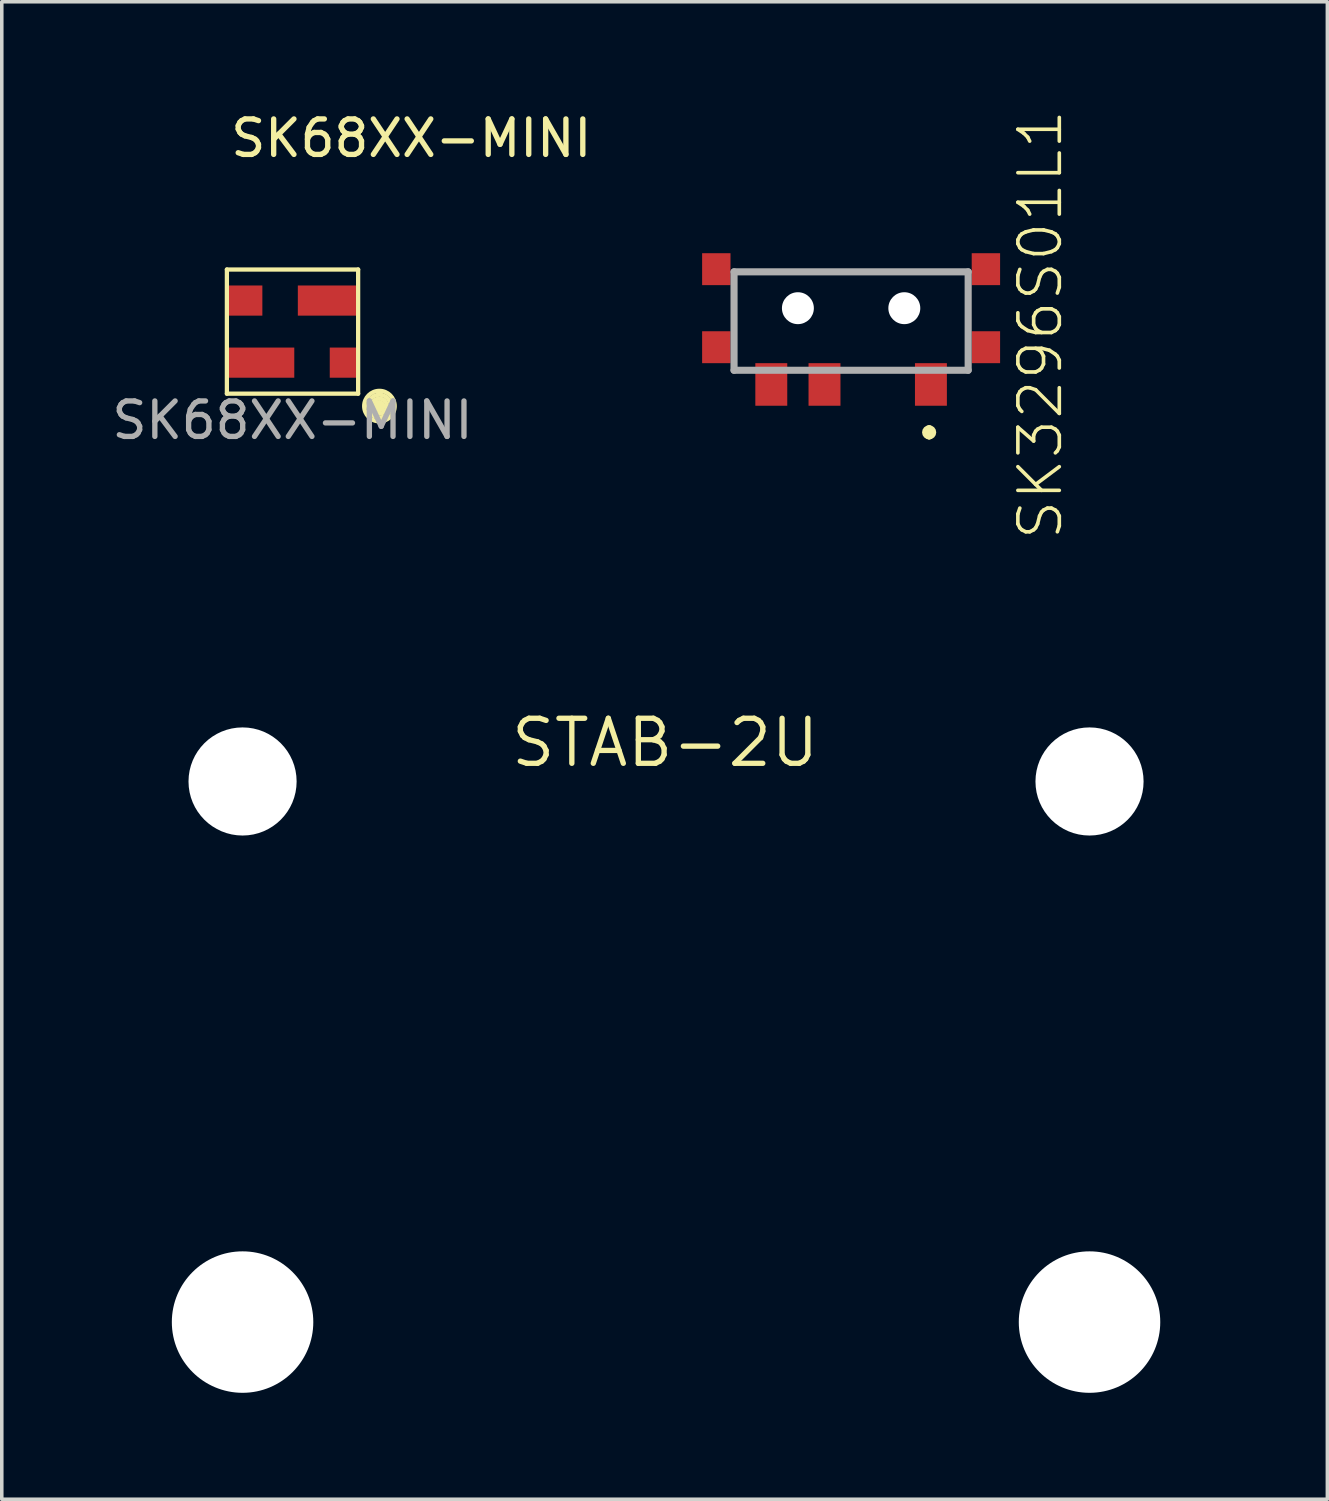
<source format=kicad_pcb>
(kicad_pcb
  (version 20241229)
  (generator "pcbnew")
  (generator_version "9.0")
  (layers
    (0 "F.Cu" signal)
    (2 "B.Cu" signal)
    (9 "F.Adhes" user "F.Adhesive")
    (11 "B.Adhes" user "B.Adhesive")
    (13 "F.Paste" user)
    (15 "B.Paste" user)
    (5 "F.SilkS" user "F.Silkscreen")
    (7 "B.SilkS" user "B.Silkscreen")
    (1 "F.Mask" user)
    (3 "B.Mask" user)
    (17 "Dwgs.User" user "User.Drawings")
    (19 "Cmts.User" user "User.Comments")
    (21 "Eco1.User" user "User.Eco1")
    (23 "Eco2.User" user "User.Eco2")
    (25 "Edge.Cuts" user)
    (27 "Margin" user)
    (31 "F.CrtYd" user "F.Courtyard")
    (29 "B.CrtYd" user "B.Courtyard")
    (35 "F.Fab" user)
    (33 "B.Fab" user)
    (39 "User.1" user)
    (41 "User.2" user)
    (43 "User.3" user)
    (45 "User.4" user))
  (footprint "STAB-2U"
    (layer "F.Cu")
    (at 15.726 25.965)
    (property "Reference" "STAB-2U" (at -0.025 -8.077 0) (layer "F.SilkS") (effects (font (size 1.27 1.27) (thickness 0.15))))
    (attr board_only exclude_from_pos_files exclude_from_bom)
    (pad "" np_thru_hole circle (at -11.938 -6.985) (size 3.048 3.048) (drill 3.048) (layers "*.Cu" "*.Mask"))
    (pad "" np_thru_hole circle (at -11.938 8.255) (size 3.988 3.988) (drill 3.988) (layers "*.Cu" "*.Mask"))
    (pad "" np_thru_hole circle (at 11.938 -6.985) (size 3.048 3.048) (drill 3.048) (layers "*.Cu" "*.Mask"))
    (pad "" np_thru_hole circle (at 11.938 8.255) (size 3.988 3.988) (drill 3.988) (layers "*.Cu" "*.Mask"))
    (zone (net_name "") (layer "F.Cu") (hatch edge 0.508) (connect_pads) (min_thickness 0.254) (filled_areas_thickness no) (keepout (tracks not_allowed) (vias not_allowed) (pads not_allowed) (copperpour not_allowed) (footprints allowed)) (placement (enabled no)) (fill) (polygon (pts (xy 5.842 18.947) (xy 5.81 18.583) (xy 5.716 18.23) (xy 5.561 17.899) (xy 5.352 17.6) (xy 5.093 17.341) (xy 4.794 17.132) (xy 4.463 16.978) (xy 4.11 16.883) (xy 3.747 16.851) (xy 3.383 16.883) (xy 3.03 16.978) (xy 2.699 17.132) (xy 2.4 17.341) (xy 2.141 17.6) (xy 1.932 17.899) (xy 1.777 18.23) (xy 1.683 18.583) (xy 1.651 18.947) (xy 1.683 19.311) (xy 1.777 19.663) (xy 1.932 19.994) (xy 2.141 20.294) (xy 2.4 20.552) (xy 2.699 20.761) (xy 3.03 20.916) (xy 3.383 21.01) (xy 3.747 21.042) (xy 4.11 21.01) (xy 4.463 20.916) (xy 4.794 20.761) (xy 5.093 20.552) (xy 5.352 20.294) (xy 5.561 19.994) (xy 5.716 19.663) (xy 5.81 19.311))) (polygon (pts (xy 5.715 18.947) (xy 5.685 18.605) (xy 5.596 18.273) (xy 5.451 17.962) (xy 5.254 17.681) (xy 5.012 17.439) (xy 4.731 17.242) (xy 4.42 17.097) (xy 4.088 17.008) (xy 3.747 16.978) (xy 3.405 17.008) (xy 3.073 17.097) (xy 2.762 17.242) (xy 2.481 17.439) (xy 2.239 17.681) (xy 2.042 17.962) (xy 1.897 18.273) (xy 1.808 18.605) (xy 1.778 18.947) (xy 1.808 19.289) (xy 1.897 19.62) (xy 2.042 19.931) (xy 2.239 20.212) (xy 2.481 20.455) (xy 2.762 20.651) (xy 3.073 20.797) (xy 3.405 20.885) (xy 3.747 20.915) (xy 4.088 20.885) (xy 4.42 20.797) (xy 4.731 20.651) (xy 5.012 20.455) (xy 5.254 20.212) (xy 5.451 19.931) (xy 5.596 19.62) (xy 5.685 19.289))))
    (zone (net_name "") (layer "F.Cu") (hatch edge 0.508) (connect_pads) (min_thickness 0.254) (filled_areas_thickness no) (keepout (tracks not_allowed) (vias not_allowed) (pads not_allowed) (copperpour not_allowed) (footprints allowed)) (placement (enabled no)) (fill) (polygon (pts (xy 29.718 18.947) (xy 29.686 18.583) (xy 29.592 18.23) (xy 29.437 17.899) (xy 29.228 17.6) (xy 28.969 17.341) (xy 28.67 17.132) (xy 28.339 16.978) (xy 27.986 16.883) (xy 27.622 16.851) (xy 27.259 16.883) (xy 26.906 16.978) (xy 26.575 17.132) (xy 26.276 17.341) (xy 26.017 17.6) (xy 25.808 17.899) (xy 25.653 18.23) (xy 25.559 18.583) (xy 25.527 18.947) (xy 25.559 19.311) (xy 25.653 19.663) (xy 25.808 19.994) (xy 26.017 20.294) (xy 26.276 20.552) (xy 26.575 20.761) (xy 26.906 20.916) (xy 27.259 21.01) (xy 27.622 21.042) (xy 27.986 21.01) (xy 28.339 20.916) (xy 28.67 20.761) (xy 28.969 20.552) (xy 29.228 20.294) (xy 29.437 19.994) (xy 29.592 19.663) (xy 29.686 19.311))) (polygon (pts (xy 29.591 18.947) (xy 29.561 18.605) (xy 29.472 18.273) (xy 29.327 17.962) (xy 29.13 17.681) (xy 28.888 17.439) (xy 28.607 17.242) (xy 28.296 17.097) (xy 27.964 17.008) (xy 27.622 16.978) (xy 27.281 17.008) (xy 26.949 17.097) (xy 26.638 17.242) (xy 26.357 17.439) (xy 26.115 17.681) (xy 25.918 17.962) (xy 25.773 18.273) (xy 25.684 18.605) (xy 25.654 18.947) (xy 25.684 19.289) (xy 25.773 19.62) (xy 25.918 19.931) (xy 26.115 20.212) (xy 26.357 20.455) (xy 26.638 20.651) (xy 26.949 20.797) (xy 27.281 20.885) (xy 27.622 20.915) (xy 27.964 20.885) (xy 28.296 20.797) (xy 28.607 20.651) (xy 28.888 20.455) (xy 29.13 20.212) (xy 29.327 19.931) (xy 29.472 19.62) (xy 29.561 19.289))))
    (zone (net_name "") (layer "B.Cu") (hatch edge 0.508) (connect_pads) (min_thickness 0.254) (filled_areas_thickness no) (keepout (tracks not_allowed) (vias not_allowed) (pads not_allowed) (copperpour not_allowed) (footprints allowed)) (placement (enabled no)) (fill) (polygon (pts (xy 7.493 18.947) (xy 7.436 18.296) (xy 7.267 17.665) (xy 6.991 17.073) (xy 6.616 16.539) (xy 6.155 16.077) (xy 5.62 15.702) (xy 5.028 15.426) (xy 4.397 15.257) (xy 3.747 15.2) (xy 3.096 15.257) (xy 2.465 15.426) (xy 1.873 15.702) (xy 1.338 16.077) (xy 0.877 16.539) (xy 0.502 17.073) (xy 0.226 17.665) (xy 0.057 18.296) (xy 0 18.947) (xy 0.057 19.597) (xy 0.226 20.228) (xy 0.502 20.82) (xy 0.877 21.355) (xy 1.338 21.817) (xy 1.873 22.191) (xy 2.465 22.467) (xy 3.096 22.636) (xy 3.747 22.693) (xy 4.397 22.636) (xy 5.028 22.467) (xy 5.62 22.191) (xy 6.155 21.817) (xy 6.616 21.355) (xy 6.991 20.82) (xy 7.267 20.228) (xy 7.436 19.597))) (polygon (pts (xy 7.366 18.947) (xy 7.311 18.318) (xy 7.148 17.709) (xy 6.881 17.137) (xy 6.519 16.62) (xy 6.073 16.174) (xy 5.556 15.812) (xy 4.984 15.546) (xy 4.375 15.382) (xy 3.747 15.327) (xy 3.118 15.382) (xy 2.509 15.546) (xy 1.937 15.812) (xy 1.42 16.174) (xy 0.974 16.62) (xy 0.612 17.137) (xy 0.345 17.709) (xy 0.182 18.318) (xy 0.127 18.947) (xy 0.182 19.575) (xy 0.345 20.185) (xy 0.612 20.756) (xy 0.974 21.273) (xy 1.42 21.719) (xy 1.937 22.081) (xy 2.509 22.348) (xy 3.118 22.511) (xy 3.747 22.566) (xy 4.375 22.511) (xy 4.984 22.348) (xy 5.556 22.081) (xy 6.073 21.719) (xy 6.519 21.273) (xy 6.881 20.756) (xy 7.148 20.185) (xy 7.311 19.575))))
    (zone (net_name "") (layer "B.Cu") (hatch edge 0.508) (connect_pads) (min_thickness 0.254) (filled_areas_thickness no) (keepout (tracks not_allowed) (vias not_allowed) (pads not_allowed) (copperpour not_allowed) (footprints allowed)) (placement (enabled no)) (fill) (polygon (pts (xy 31.369 18.947) (xy 31.312 18.296) (xy 31.143 17.665) (xy 30.867 17.073) (xy 30.492 16.539) (xy 30.031 16.077) (xy 29.496 15.702) (xy 28.904 15.426) (xy 28.273 15.257) (xy 27.622 15.2) (xy 26.972 15.257) (xy 26.341 15.426) (xy 25.749 15.702) (xy 25.214 16.077) (xy 24.753 16.539) (xy 24.378 17.073) (xy 24.102 17.665) (xy 23.933 18.296) (xy 23.876 18.947) (xy 23.933 19.597) (xy 24.102 20.228) (xy 24.378 20.82) (xy 24.753 21.355) (xy 25.214 21.817) (xy 25.749 22.191) (xy 26.341 22.467) (xy 26.972 22.636) (xy 27.622 22.693) (xy 28.273 22.636) (xy 28.904 22.467) (xy 29.496 22.191) (xy 30.031 21.817) (xy 30.492 21.355) (xy 30.867 20.82) (xy 31.143 20.228) (xy 31.312 19.597))) (polygon (pts (xy 31.242 18.947) (xy 31.187 18.318) (xy 31.024 17.709) (xy 30.757 17.137) (xy 30.395 16.62) (xy 29.949 16.174) (xy 29.432 15.812) (xy 28.86 15.546) (xy 28.251 15.382) (xy 27.622 15.327) (xy 26.994 15.382) (xy 26.385 15.546) (xy 25.813 15.812) (xy 25.296 16.174) (xy 24.85 16.62) (xy 24.488 17.137) (xy 24.221 17.709) (xy 24.058 18.318) (xy 24.003 18.947) (xy 24.058 19.575) (xy 24.221 20.185) (xy 24.488 20.756) (xy 24.85 21.273) (xy 25.296 21.719) (xy 25.813 22.081) (xy 26.385 22.348) (xy 26.994 22.511) (xy 27.622 22.566) (xy 28.251 22.511) (xy 28.86 22.348) (xy 29.432 22.081) (xy 29.949 21.719) (xy 30.395 21.273) (xy 30.757 20.756) (xy 31.024 20.185) (xy 31.187 19.575)))))
  (footprint "SK68XX-MINI"
    (layer "F.Cu")
    (at 5.196 6.298)
    (property "Reference" "SK68XX-MINI" (at 3.35 -5.45 0) (unlocked yes) (layer "F.SilkS") (effects (font (size 1 1) (thickness 0.15))))
    (attr smd)
    (fp_line (start -1.85 -1.75) (end -1.85 1.75) (stroke (width 0.12) (type default)) (layer "F.SilkS"))
    (fp_line (start -1.85 -1.75) (end 1.85 -1.75) (stroke (width 0.12) (type default)) (layer "F.SilkS"))
    (fp_line (start -1.85 1.75) (end 1.85 1.75) (stroke (width 0.12) (type default)) (layer "F.SilkS"))
    (fp_line (start 1.85 1.75) (end 1.85 -1.75) (stroke (width 0.12) (type default)) (layer "F.SilkS"))
    (fp_circle (center 2.45 2.1) (end 2.45 2.1) (stroke (width 0.12) (type default)) (fill no) (layer "F.SilkS"))
    (fp_circle (center 2.45 2.1) (end 2.5 2.2) (stroke (width 0.12) (type default)) (fill no) (layer "F.SilkS"))
    (fp_circle (center 2.45 2.1) (end 2.6 2.25) (stroke (width 0.12) (type default)) (fill no) (layer "F.SilkS"))
    (fp_circle (center 2.45 2.1) (end 2.65 2.35) (stroke (width 0.12) (type default)) (fill no) (layer "F.SilkS"))
    (fp_circle (center 2.45 2.1) (end 2.8 2.35) (stroke (width 0.12) (type default)) (fill no) (layer "F.SilkS"))
    (fp_text user "${REFERENCE}" (at 0 2.5 0) (unlocked yes) (layer "F.Fab") (effects (font (size 1 1) (thickness 0.15))))
    (pad "1" smd rect (at -1.35 -0.875) (size 1 0.85) (layers "F.Cu" "F.Mask" "F.Paste"))
    (pad "2" smd rect (at -0.9 0.875) (size 1.9 0.85) (layers "F.Cu" "F.Mask" "F.Paste"))
    (pad "3" smd rect (at 1.45 0.875) (size 0.8 0.85) (layers "F.Cu" "F.Mask" "F.Paste"))
    (pad "4" smd rect (at 1 -0.875) (size 1.7 0.85) (layers "F.Cu" "F.Mask" "F.Paste")))
  (footprint "SK3296S01L1"
    (layer "F.Cu")
    (at 20.943 6.888)
    (property "Reference" "SK3296S01L1" (at 5.334 -0.787 90) (layer "F.SilkS") (effects (font (size 1.168 1.168) (thickness 0.102))))
    (attr smd)
    (fp_line (start -2.75 -2.275) (end 2.75 -2.275) (stroke (width 0.1) (type solid)) (layer "F.SilkS"))
    (fp_line (start 2.2 2.15) (end 2.2 2.15) (stroke (width 0.2) (type solid)) (layer "F.SilkS"))
    (fp_line (start 2.2 2.35) (end 2.2 2.35) (stroke (width 0.2) (type solid)) (layer "F.SilkS"))
    (fp_arc (start 2.2 2.15) (mid 2.3 2.25) (end 2.2 2.35) (stroke (width 0.2) (type solid)) (layer "F.SilkS"))
    (fp_arc (start 2.2 2.35) (mid 2.1 2.25) (end 2.2 2.15) (stroke (width 0.2) (type solid)) (layer "F.SilkS"))
    (fp_line (start -3.3 -2.275) (end -3.3 0.5) (stroke (width 0.2) (type solid)) (layer "F.Fab"))
    (fp_line (start -3.3 0.5) (end 3.3 0.5) (stroke (width 0.2) (type solid)) (layer "F.Fab"))
    (fp_line (start 3.3 -2.275) (end -3.3 -2.275) (stroke (width 0.2) (type solid)) (layer "F.Fab"))
    (fp_line (start 3.3 0.5) (end 3.3 -2.275) (stroke (width 0.2) (type solid)) (layer "F.Fab"))
    (pad "" np_thru_hole circle (at -1.5 -1.25 180) (size 0.9 0.9) (drill 0.9) (layers "*.Cu" "*.Mask"))
    (pad "" np_thru_hole circle (at 1.5 -1.25 180) (size 0.9 0.9) (drill 0.9) (layers "*.Cu" "*.Mask"))
    (pad "1" smd rect (at 2.25 0.9 270) (size 1.2 0.9) (layers "F.Cu" "F.Mask" "F.Paste"))
    (pad "2" smd rect (at -0.75 0.9 270) (size 1.2 0.9) (layers "F.Cu" "F.Mask" "F.Paste"))
    (pad "3" smd rect (at -2.25 0.9 270) (size 1.2 0.9) (layers "F.Cu" "F.Mask" "F.Paste"))
    (pad "MP1" smd rect (at -3.8 -0.15 270) (size 0.9 0.8) (layers "F.Cu" "F.Mask" "F.Paste"))
    (pad "MP2" smd rect (at 3.8 -0.15 270) (size 0.9 0.8) (layers "F.Cu" "F.Mask" "F.Paste"))
    (pad "MP3" smd rect (at 3.8 -2.35 270) (size 0.9 0.8) (layers "F.Cu" "F.Mask" "F.Paste"))
    (pad "MP4" smd rect (at -3.8 -2.35 270) (size 0.9 0.8) (layers "F.Cu" "F.Mask" "F.Paste")))
  (gr_rect
    (start -3 -3)
    (end 34.369 39.214)
    (stroke (width 0.1) (type default))
    (fill no)
    (layer "Edge.Cuts")))
</source>
